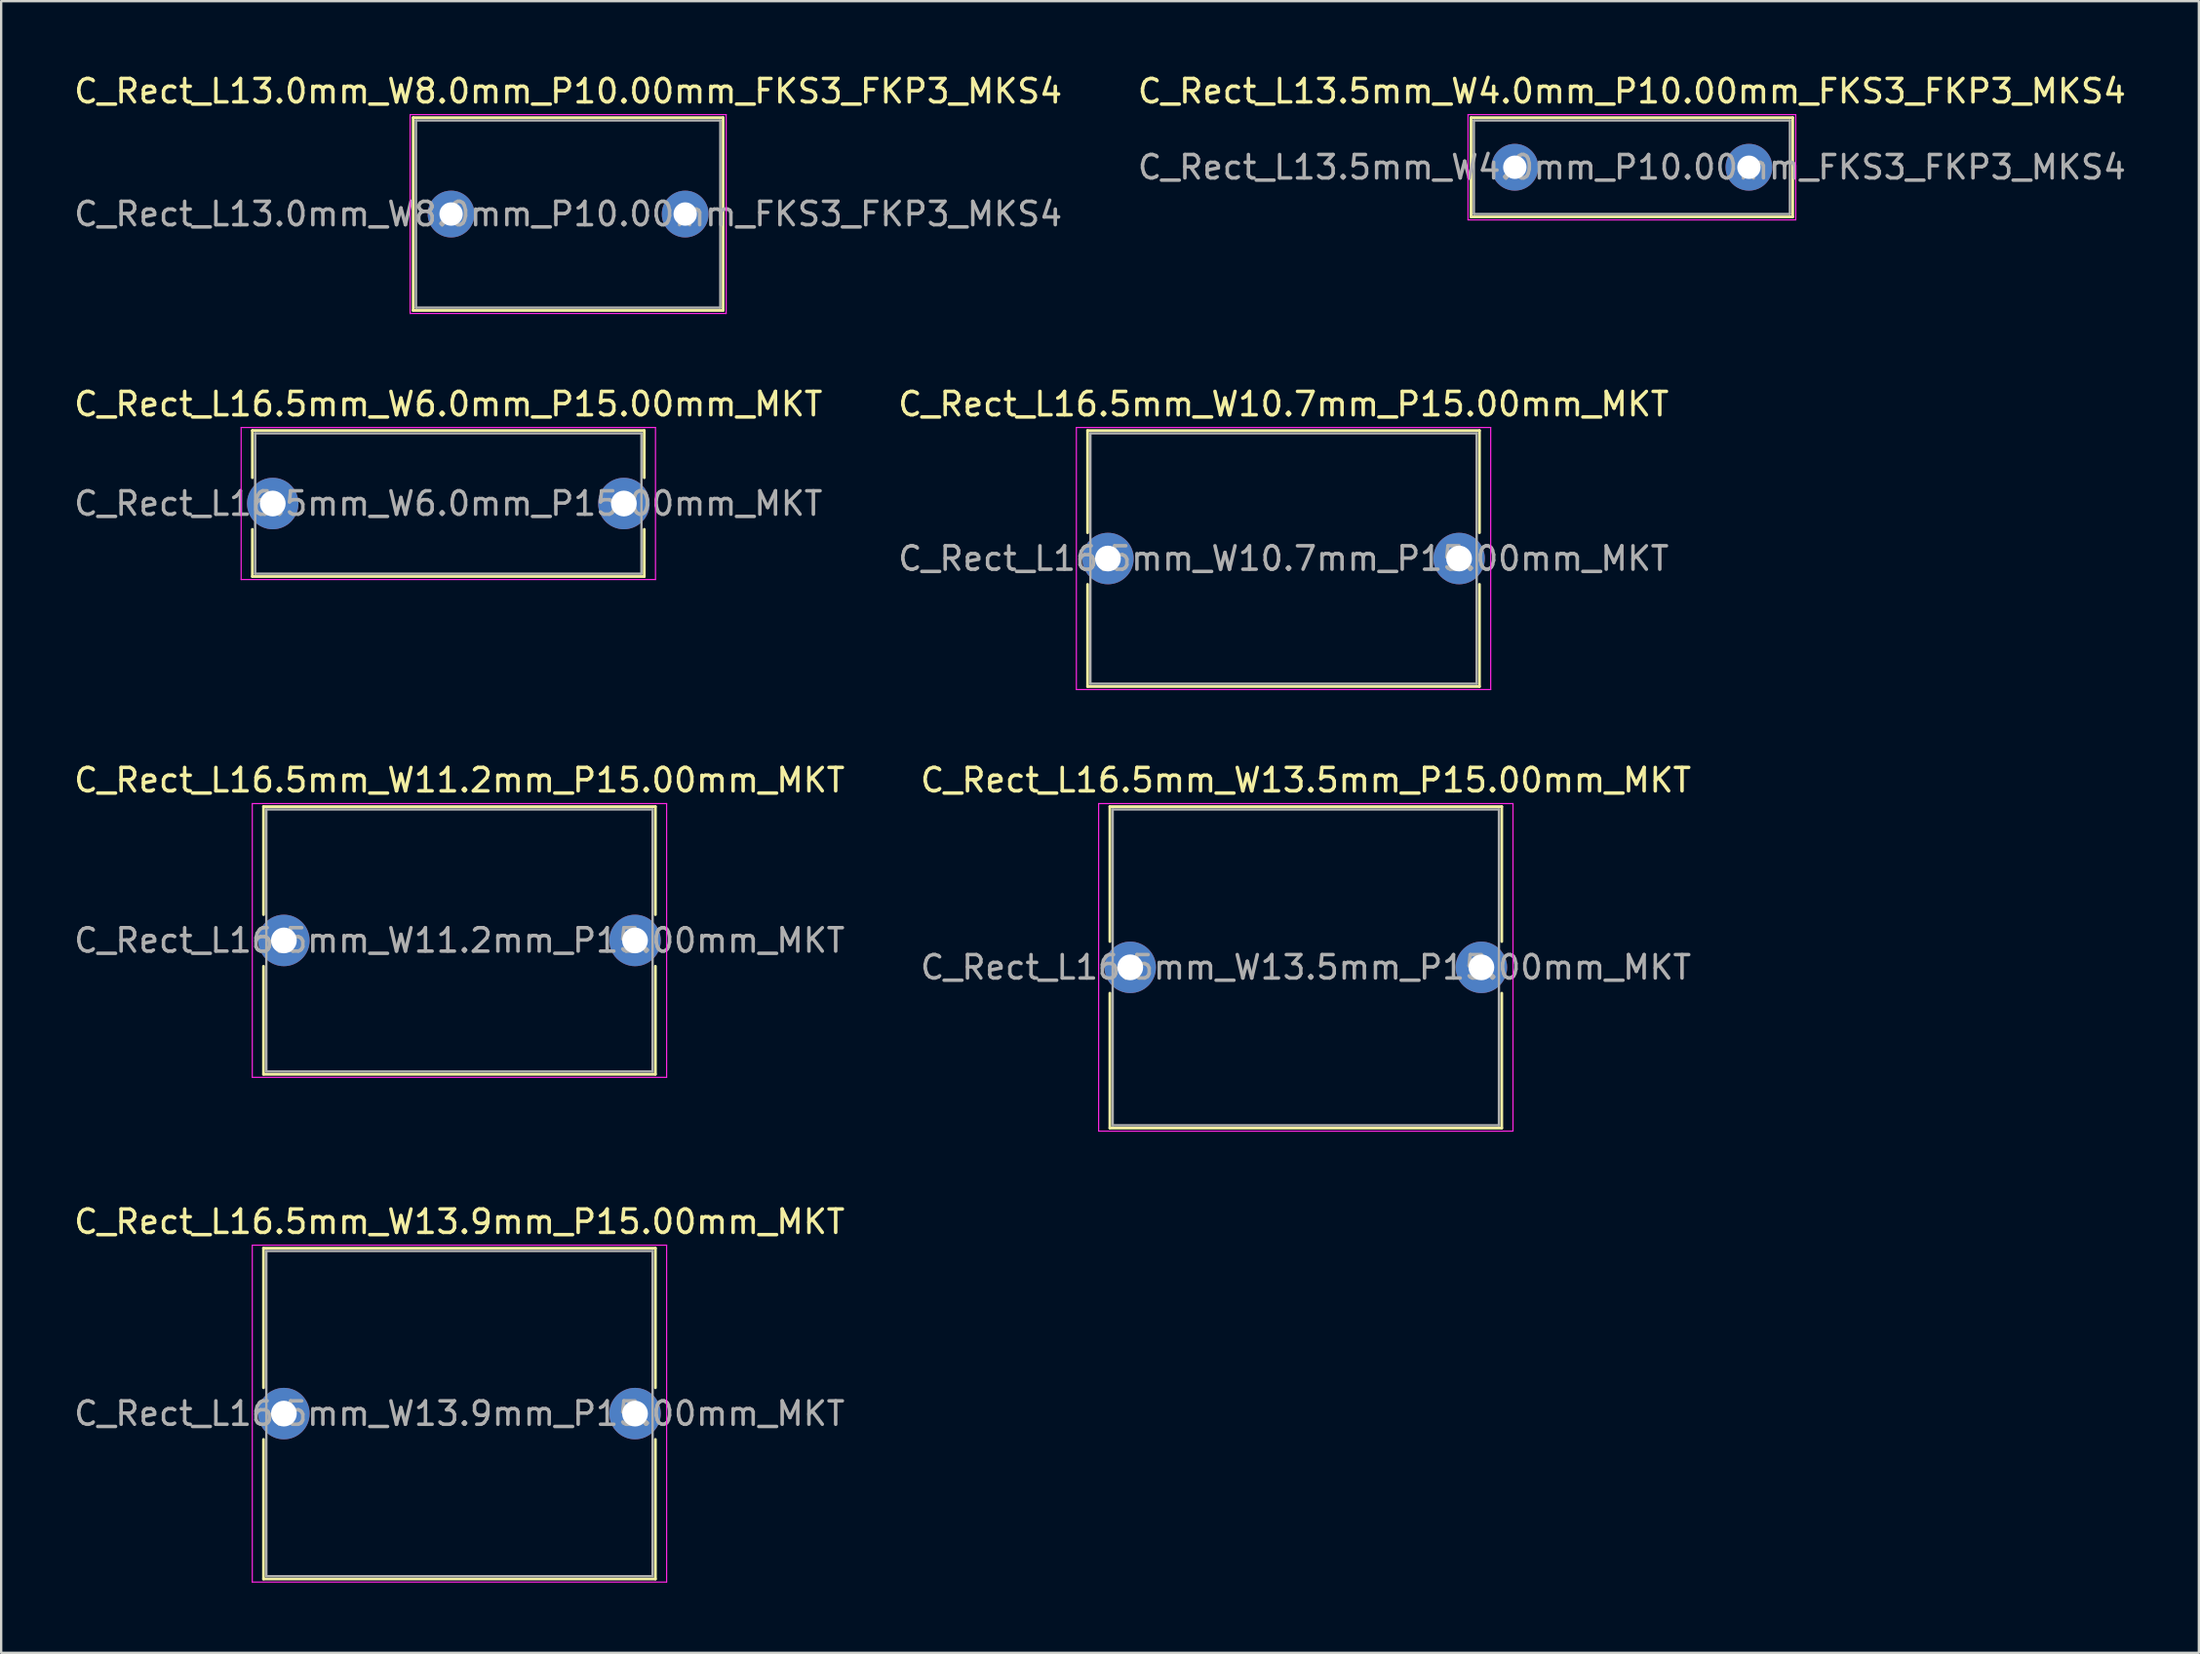
<source format=kicad_pcb>
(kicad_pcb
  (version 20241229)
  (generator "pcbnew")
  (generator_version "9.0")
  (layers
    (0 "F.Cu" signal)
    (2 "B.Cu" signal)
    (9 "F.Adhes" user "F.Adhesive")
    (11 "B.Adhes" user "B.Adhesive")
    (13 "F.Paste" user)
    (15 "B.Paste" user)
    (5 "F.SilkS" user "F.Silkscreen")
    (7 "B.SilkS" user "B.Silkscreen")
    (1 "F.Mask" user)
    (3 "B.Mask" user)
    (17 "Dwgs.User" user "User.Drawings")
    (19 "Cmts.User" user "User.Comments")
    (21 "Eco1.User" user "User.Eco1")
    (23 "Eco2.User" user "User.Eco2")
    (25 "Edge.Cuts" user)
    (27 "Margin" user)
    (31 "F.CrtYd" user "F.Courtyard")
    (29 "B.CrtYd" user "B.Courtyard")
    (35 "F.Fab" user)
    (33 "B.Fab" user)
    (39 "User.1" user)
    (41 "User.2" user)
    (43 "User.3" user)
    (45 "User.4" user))
  (footprint "C_Rect_L13.0mm_W8.0mm_P10.00mm_FKS3_FKP3_MKS4"
    (layer "F.Cu")
    (at 16.22 6.098)
    (property "Reference" "C_Rect_L13.0mm_W8.0mm_P10.00mm_FKS3_FKP3_MKS4" (at 5 -5.25 0) (layer "F.SilkS") (effects (font (size 1 1) (thickness 0.15))))
    (attr through_hole)
    (fp_line (start -1.62 -4.12) (end -1.62 4.12) (stroke (width 0.12) (type solid)) (layer "F.SilkS"))
    (fp_line (start -1.62 -4.12) (end 11.62 -4.12) (stroke (width 0.12) (type solid)) (layer "F.SilkS"))
    (fp_line (start -1.62 4.12) (end 11.62 4.12) (stroke (width 0.12) (type solid)) (layer "F.SilkS"))
    (fp_line (start 11.62 -4.12) (end 11.62 4.12) (stroke (width 0.12) (type solid)) (layer "F.SilkS"))
    (fp_line (start -1.75 -4.25) (end -1.75 4.25) (stroke (width 0.05) (type solid)) (layer "F.CrtYd"))
    (fp_line (start -1.75 4.25) (end 11.75 4.25) (stroke (width 0.05) (type solid)) (layer "F.CrtYd"))
    (fp_line (start 11.75 -4.25) (end -1.75 -4.25) (stroke (width 0.05) (type solid)) (layer "F.CrtYd"))
    (fp_line (start 11.75 4.25) (end 11.75 -4.25) (stroke (width 0.05) (type solid)) (layer "F.CrtYd"))
    (fp_line (start -1.5 -4) (end -1.5 4) (stroke (width 0.1) (type solid)) (layer "F.Fab"))
    (fp_line (start -1.5 4) (end 11.5 4) (stroke (width 0.1) (type solid)) (layer "F.Fab"))
    (fp_line (start 11.5 -4) (end -1.5 -4) (stroke (width 0.1) (type solid)) (layer "F.Fab"))
    (fp_line (start 11.5 4) (end 11.5 -4) (stroke (width 0.1) (type solid)) (layer "F.Fab"))
    (fp_text user "${REFERENCE}" (at 5 0 0) (layer "F.Fab") (effects (font (size 1 1) (thickness 0.15))))
    (pad "1" thru_hole circle (at 0 0) (size 2 2) (drill 1) (layers "*.Cu" "*.Mask"))
    (pad "2" thru_hole circle (at 10 0) (size 2 2) (drill 1) (layers "*.Cu" "*.Mask")))
  (footprint "C_Rect_L16.5mm_W11.2mm_P15.00mm_MKT"
    (layer "F.Cu")
    (at 9.077 37.145)
    (property "Reference" "C_Rect_L16.5mm_W11.2mm_P15.00mm_MKT" (at 7.5 -6.85 0) (layer "F.SilkS") (effects (font (size 1 1) (thickness 0.15))))
    (attr through_hole)
    (fp_line (start -0.87 -5.72) (end -0.87 -1.104) (stroke (width 0.12) (type solid)) (layer "F.SilkS"))
    (fp_line (start -0.87 -5.72) (end 15.87 -5.72) (stroke (width 0.12) (type solid)) (layer "F.SilkS"))
    (fp_line (start -0.87 1.104) (end -0.87 5.72) (stroke (width 0.12) (type solid)) (layer "F.SilkS"))
    (fp_line (start -0.87 5.72) (end 15.87 5.72) (stroke (width 0.12) (type solid)) (layer "F.SilkS"))
    (fp_line (start 15.87 -5.72) (end 15.87 -1.104) (stroke (width 0.12) (type solid)) (layer "F.SilkS"))
    (fp_line (start 15.87 1.104) (end 15.87 5.72) (stroke (width 0.12) (type solid)) (layer "F.SilkS"))
    (fp_line (start -1.35 -5.85) (end -1.35 5.85) (stroke (width 0.05) (type solid)) (layer "F.CrtYd"))
    (fp_line (start -1.35 5.85) (end 16.35 5.85) (stroke (width 0.05) (type solid)) (layer "F.CrtYd"))
    (fp_line (start 16.35 -5.85) (end -1.35 -5.85) (stroke (width 0.05) (type solid)) (layer "F.CrtYd"))
    (fp_line (start 16.35 5.85) (end 16.35 -5.85) (stroke (width 0.05) (type solid)) (layer "F.CrtYd"))
    (fp_line (start -0.75 -5.6) (end -0.75 5.6) (stroke (width 0.1) (type solid)) (layer "F.Fab"))
    (fp_line (start -0.75 5.6) (end 15.75 5.6) (stroke (width 0.1) (type solid)) (layer "F.Fab"))
    (fp_line (start 15.75 -5.6) (end -0.75 -5.6) (stroke (width 0.1) (type solid)) (layer "F.Fab"))
    (fp_line (start 15.75 5.6) (end 15.75 -5.6) (stroke (width 0.1) (type solid)) (layer "F.Fab"))
    (fp_text user "${REFERENCE}" (at 7.5 0 0) (layer "F.Fab") (effects (font (size 1 1) (thickness 0.15))))
    (pad "1" thru_hole circle (at 0 0) (size 2.2 2.2) (drill 1.1) (layers "*.Cu" "*.Mask"))
    (pad "2" thru_hole circle (at 15 0) (size 2.2 2.2) (drill 1.1) (layers "*.Cu" "*.Mask")))
  (footprint "C_Rect_L16.5mm_W6.0mm_P15.00mm_MKT"
    (layer "F.Cu")
    (at 8.601 18.471)
    (property "Reference" "C_Rect_L16.5mm_W6.0mm_P15.00mm_MKT" (at 7.5 -4.25 0) (layer "F.SilkS") (effects (font (size 1 1) (thickness 0.15))))
    (attr through_hole)
    (fp_line (start -0.87 -3.12) (end -0.87 -1.104) (stroke (width 0.12) (type solid)) (layer "F.SilkS"))
    (fp_line (start -0.87 -3.12) (end 15.87 -3.12) (stroke (width 0.12) (type solid)) (layer "F.SilkS"))
    (fp_line (start -0.87 1.104) (end -0.87 3.12) (stroke (width 0.12) (type solid)) (layer "F.SilkS"))
    (fp_line (start -0.87 3.12) (end 15.87 3.12) (stroke (width 0.12) (type solid)) (layer "F.SilkS"))
    (fp_line (start 15.87 -3.12) (end 15.87 -1.104) (stroke (width 0.12) (type solid)) (layer "F.SilkS"))
    (fp_line (start 15.87 1.104) (end 15.87 3.12) (stroke (width 0.12) (type solid)) (layer "F.SilkS"))
    (fp_line (start -1.35 -3.25) (end -1.35 3.25) (stroke (width 0.05) (type solid)) (layer "F.CrtYd"))
    (fp_line (start -1.35 3.25) (end 16.35 3.25) (stroke (width 0.05) (type solid)) (layer "F.CrtYd"))
    (fp_line (start 16.35 -3.25) (end -1.35 -3.25) (stroke (width 0.05) (type solid)) (layer "F.CrtYd"))
    (fp_line (start 16.35 3.25) (end 16.35 -3.25) (stroke (width 0.05) (type solid)) (layer "F.CrtYd"))
    (fp_line (start -0.75 -3) (end -0.75 3) (stroke (width 0.1) (type solid)) (layer "F.Fab"))
    (fp_line (start -0.75 3) (end 15.75 3) (stroke (width 0.1) (type solid)) (layer "F.Fab"))
    (fp_line (start 15.75 -3) (end -0.75 -3) (stroke (width 0.1) (type solid)) (layer "F.Fab"))
    (fp_line (start 15.75 3) (end 15.75 -3) (stroke (width 0.1) (type solid)) (layer "F.Fab"))
    (fp_text user "${REFERENCE}" (at 7.5 0 0) (layer "F.Fab") (effects (font (size 1 1) (thickness 0.15))))
    (pad "1" thru_hole circle (at 0 0) (size 2.2 2.2) (drill 1.1) (layers "*.Cu" "*.Mask"))
    (pad "2" thru_hole circle (at 15 0) (size 2.2 2.2) (drill 1.1) (layers "*.Cu" "*.Mask")))
  (footprint "C_Rect_L16.5mm_W13.9mm_P15.00mm_MKT"
    (layer "F.Cu")
    (at 9.077 57.368)
    (property "Reference" "C_Rect_L16.5mm_W13.9mm_P15.00mm_MKT" (at 7.5 -8.2 0) (layer "F.SilkS") (effects (font (size 1 1) (thickness 0.15))))
    (attr through_hole)
    (fp_line (start -0.87 -7.07) (end -0.87 -1.104) (stroke (width 0.12) (type solid)) (layer "F.SilkS"))
    (fp_line (start -0.87 -7.07) (end 15.87 -7.07) (stroke (width 0.12) (type solid)) (layer "F.SilkS"))
    (fp_line (start -0.87 1.104) (end -0.87 7.07) (stroke (width 0.12) (type solid)) (layer "F.SilkS"))
    (fp_line (start -0.87 7.07) (end 15.87 7.07) (stroke (width 0.12) (type solid)) (layer "F.SilkS"))
    (fp_line (start 15.87 -7.07) (end 15.87 -1.104) (stroke (width 0.12) (type solid)) (layer "F.SilkS"))
    (fp_line (start 15.87 1.104) (end 15.87 7.07) (stroke (width 0.12) (type solid)) (layer "F.SilkS"))
    (fp_line (start -1.35 -7.2) (end -1.35 7.2) (stroke (width 0.05) (type solid)) (layer "F.CrtYd"))
    (fp_line (start -1.35 7.2) (end 16.35 7.2) (stroke (width 0.05) (type solid)) (layer "F.CrtYd"))
    (fp_line (start 16.35 -7.2) (end -1.35 -7.2) (stroke (width 0.05) (type solid)) (layer "F.CrtYd"))
    (fp_line (start 16.35 7.2) (end 16.35 -7.2) (stroke (width 0.05) (type solid)) (layer "F.CrtYd"))
    (fp_line (start -0.75 -6.95) (end -0.75 6.95) (stroke (width 0.1) (type solid)) (layer "F.Fab"))
    (fp_line (start -0.75 6.95) (end 15.75 6.95) (stroke (width 0.1) (type solid)) (layer "F.Fab"))
    (fp_line (start 15.75 -6.95) (end -0.75 -6.95) (stroke (width 0.1) (type solid)) (layer "F.Fab"))
    (fp_line (start 15.75 6.95) (end 15.75 -6.95) (stroke (width 0.1) (type solid)) (layer "F.Fab"))
    (fp_text user "${REFERENCE}" (at 7.5 0 0) (layer "F.Fab") (effects (font (size 1 1) (thickness 0.15))))
    (pad "1" thru_hole circle (at 0 0) (size 2.2 2.2) (drill 1.1) (layers "*.Cu" "*.Mask"))
    (pad "2" thru_hole circle (at 15 0) (size 2.2 2.2) (drill 1.1) (layers "*.Cu" "*.Mask")))
  (footprint "C_Rect_L13.5mm_W4.0mm_P10.00mm_FKS3_FKP3_MKS4"
    (layer "F.Cu")
    (at 61.661 4.098)
    (property "Reference" "C_Rect_L13.5mm_W4.0mm_P10.00mm_FKS3_FKP3_MKS4" (at 5 -3.25 0) (layer "F.SilkS") (effects (font (size 1 1) (thickness 0.15))))
    (attr through_hole)
    (fp_line (start -1.87 -2.12) (end -1.87 2.12) (stroke (width 0.12) (type solid)) (layer "F.SilkS"))
    (fp_line (start -1.87 -2.12) (end 11.87 -2.12) (stroke (width 0.12) (type solid)) (layer "F.SilkS"))
    (fp_line (start -1.87 2.12) (end 11.87 2.12) (stroke (width 0.12) (type solid)) (layer "F.SilkS"))
    (fp_line (start 11.87 -2.12) (end 11.87 2.12) (stroke (width 0.12) (type solid)) (layer "F.SilkS"))
    (fp_line (start -2 -2.25) (end -2 2.25) (stroke (width 0.05) (type solid)) (layer "F.CrtYd"))
    (fp_line (start -2 2.25) (end 12 2.25) (stroke (width 0.05) (type solid)) (layer "F.CrtYd"))
    (fp_line (start 12 -2.25) (end -2 -2.25) (stroke (width 0.05) (type solid)) (layer "F.CrtYd"))
    (fp_line (start 12 2.25) (end 12 -2.25) (stroke (width 0.05) (type solid)) (layer "F.CrtYd"))
    (fp_line (start -1.75 -2) (end -1.75 2) (stroke (width 0.1) (type solid)) (layer "F.Fab"))
    (fp_line (start -1.75 2) (end 11.75 2) (stroke (width 0.1) (type solid)) (layer "F.Fab"))
    (fp_line (start 11.75 -2) (end -1.75 -2) (stroke (width 0.1) (type solid)) (layer "F.Fab"))
    (fp_line (start 11.75 2) (end 11.75 -2) (stroke (width 0.1) (type solid)) (layer "F.Fab"))
    (fp_text user "${REFERENCE}" (at 5 0 0) (layer "F.Fab") (effects (font (size 1 1) (thickness 0.15))))
    (pad "1" thru_hole circle (at 0 0) (size 2 2) (drill 1) (layers "*.Cu" "*.Mask"))
    (pad "2" thru_hole circle (at 10 0) (size 2 2) (drill 1) (layers "*.Cu" "*.Mask")))
  (footprint "C_Rect_L16.5mm_W10.7mm_P15.00mm_MKT"
    (layer "F.Cu")
    (at 44.28 20.822)
    (property "Reference" "C_Rect_L16.5mm_W10.7mm_P15.00mm_MKT" (at 7.5 -6.6 0) (layer "F.SilkS") (effects (font (size 1 1) (thickness 0.15))))
    (attr through_hole)
    (fp_line (start -0.87 -5.47) (end -0.87 -1.104) (stroke (width 0.12) (type solid)) (layer "F.SilkS"))
    (fp_line (start -0.87 -5.47) (end 15.87 -5.47) (stroke (width 0.12) (type solid)) (layer "F.SilkS"))
    (fp_line (start -0.87 1.104) (end -0.87 5.47) (stroke (width 0.12) (type solid)) (layer "F.SilkS"))
    (fp_line (start -0.87 5.47) (end 15.87 5.47) (stroke (width 0.12) (type solid)) (layer "F.SilkS"))
    (fp_line (start 15.87 -5.47) (end 15.87 -1.104) (stroke (width 0.12) (type solid)) (layer "F.SilkS"))
    (fp_line (start 15.87 1.104) (end 15.87 5.47) (stroke (width 0.12) (type solid)) (layer "F.SilkS"))
    (fp_line (start -1.35 -5.6) (end -1.35 5.6) (stroke (width 0.05) (type solid)) (layer "F.CrtYd"))
    (fp_line (start -1.35 5.6) (end 16.35 5.6) (stroke (width 0.05) (type solid)) (layer "F.CrtYd"))
    (fp_line (start 16.35 -5.6) (end -1.35 -5.6) (stroke (width 0.05) (type solid)) (layer "F.CrtYd"))
    (fp_line (start 16.35 5.6) (end 16.35 -5.6) (stroke (width 0.05) (type solid)) (layer "F.CrtYd"))
    (fp_line (start -0.75 -5.35) (end -0.75 5.35) (stroke (width 0.1) (type solid)) (layer "F.Fab"))
    (fp_line (start -0.75 5.35) (end 15.75 5.35) (stroke (width 0.1) (type solid)) (layer "F.Fab"))
    (fp_line (start 15.75 -5.35) (end -0.75 -5.35) (stroke (width 0.1) (type solid)) (layer "F.Fab"))
    (fp_line (start 15.75 5.35) (end 15.75 -5.35) (stroke (width 0.1) (type solid)) (layer "F.Fab"))
    (fp_text user "${REFERENCE}" (at 7.5 0 0) (layer "F.Fab") (effects (font (size 1 1) (thickness 0.15))))
    (pad "1" thru_hole circle (at 0 0) (size 2.2 2.2) (drill 1.1) (layers "*.Cu" "*.Mask"))
    (pad "2" thru_hole circle (at 15 0) (size 2.2 2.2) (drill 1.1) (layers "*.Cu" "*.Mask")))
  (footprint "C_Rect_L16.5mm_W13.5mm_P15.00mm_MKT"
    (layer "F.Cu")
    (at 45.232 38.295)
    (property "Reference" "C_Rect_L16.5mm_W13.5mm_P15.00mm_MKT" (at 7.5 -8 0) (layer "F.SilkS") (effects (font (size 1 1) (thickness 0.15))))
    (attr through_hole)
    (fp_line (start -0.87 -6.87) (end -0.87 -1.104) (stroke (width 0.12) (type solid)) (layer "F.SilkS"))
    (fp_line (start -0.87 -6.87) (end 15.87 -6.87) (stroke (width 0.12) (type solid)) (layer "F.SilkS"))
    (fp_line (start -0.87 1.104) (end -0.87 6.87) (stroke (width 0.12) (type solid)) (layer "F.SilkS"))
    (fp_line (start -0.87 6.87) (end 15.87 6.87) (stroke (width 0.12) (type solid)) (layer "F.SilkS"))
    (fp_line (start 15.87 -6.87) (end 15.87 -1.104) (stroke (width 0.12) (type solid)) (layer "F.SilkS"))
    (fp_line (start 15.87 1.104) (end 15.87 6.87) (stroke (width 0.12) (type solid)) (layer "F.SilkS"))
    (fp_line (start -1.35 -7) (end -1.35 7) (stroke (width 0.05) (type solid)) (layer "F.CrtYd"))
    (fp_line (start -1.35 7) (end 16.35 7) (stroke (width 0.05) (type solid)) (layer "F.CrtYd"))
    (fp_line (start 16.35 -7) (end -1.35 -7) (stroke (width 0.05) (type solid)) (layer "F.CrtYd"))
    (fp_line (start 16.35 7) (end 16.35 -7) (stroke (width 0.05) (type solid)) (layer "F.CrtYd"))
    (fp_line (start -0.75 -6.75) (end -0.75 6.75) (stroke (width 0.1) (type solid)) (layer "F.Fab"))
    (fp_line (start -0.75 6.75) (end 15.75 6.75) (stroke (width 0.1) (type solid)) (layer "F.Fab"))
    (fp_line (start 15.75 -6.75) (end -0.75 -6.75) (stroke (width 0.1) (type solid)) (layer "F.Fab"))
    (fp_line (start 15.75 6.75) (end 15.75 -6.75) (stroke (width 0.1) (type solid)) (layer "F.Fab"))
    (fp_text user "${REFERENCE}" (at 7.5 0 0) (layer "F.Fab") (effects (font (size 1 1) (thickness 0.15))))
    (pad "1" thru_hole circle (at 0 0) (size 2.2 2.2) (drill 1.1) (layers "*.Cu" "*.Mask"))
    (pad "2" thru_hole circle (at 15 0) (size 2.2 2.2) (drill 1.1) (layers "*.Cu" "*.Mask")))
  (gr_rect
    (start -3 -3)
    (end 90.881 67.593)
    (stroke (width 0.1) (type default))
    (fill no)
    (layer "Edge.Cuts")))
</source>
